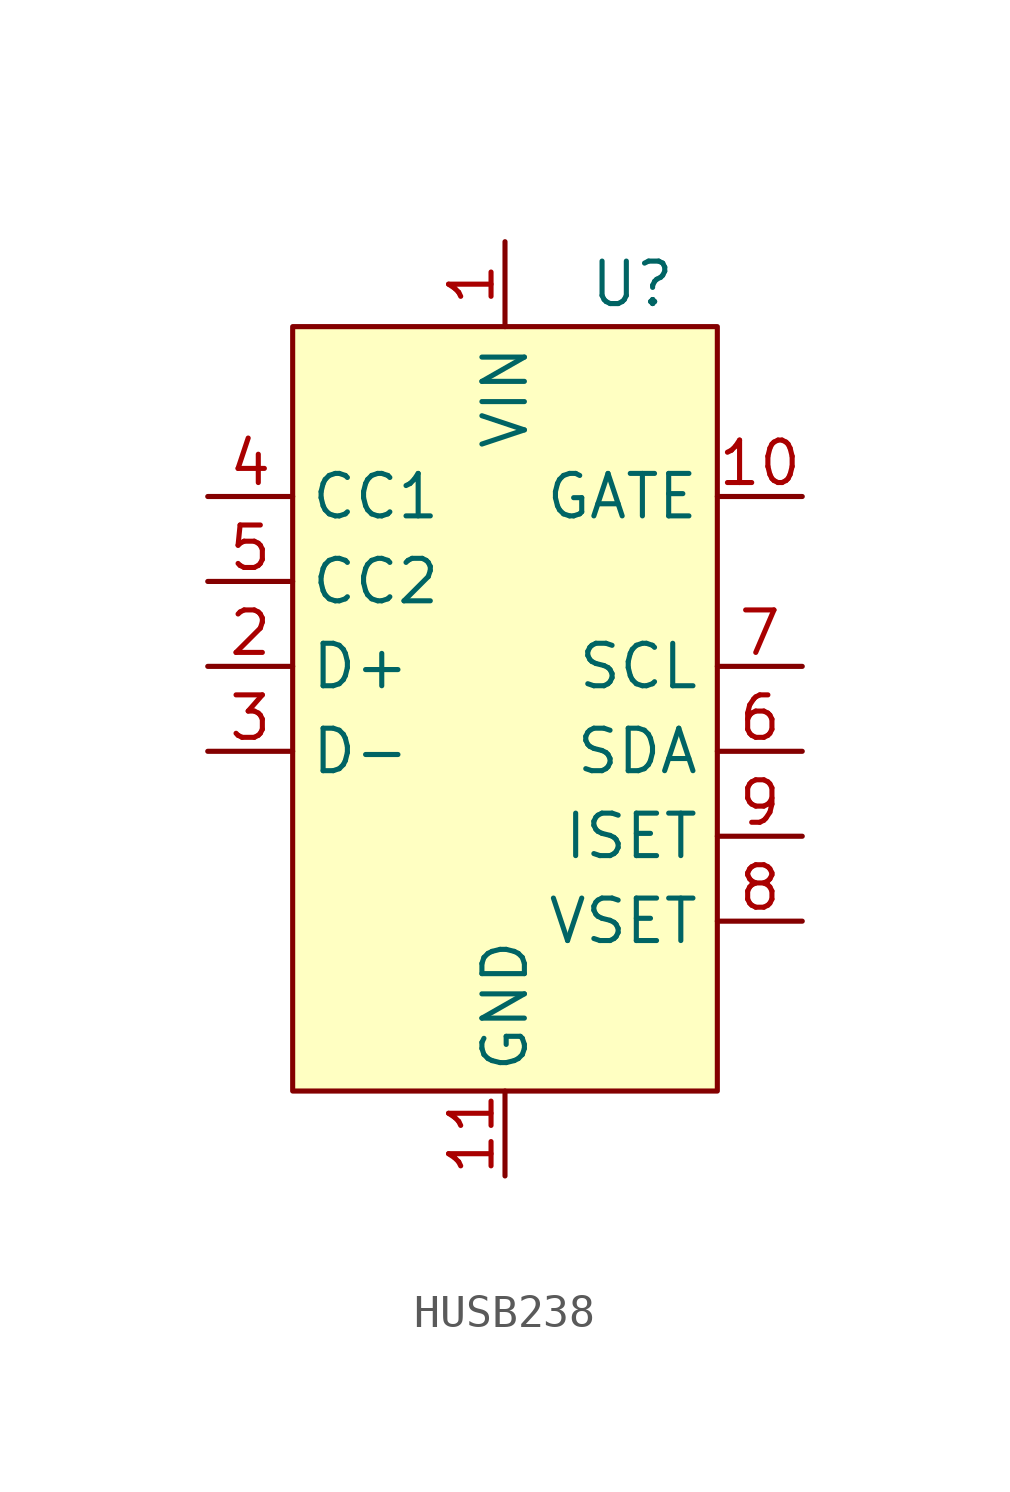
<source format=kicad_sym>
(kicad_symbol_lib
  (version 20231120)
  (generator "kicad_symbol_editor")
  (generator_version "8.0")
  (symbol "HUSB238"
    (property "Reference" "U"
      (at 3.81 10.16 0)
      (effects (font (size 1.27 1.27))))
    (property "Value" ""
      (at 0 -3.81 0)
      (effects (font (size 1.27 1.27))))
    (symbol "HUSB238_1_1"
      (rectangle (start -6.35 8.89) (end 6.35 -13.97) (stroke (width 0) (type default)) (fill (type background)))
      (pin input line (at 0 11.43 270) (length 2.54) (name "VIN" (effects (font (size 1.27 1.27)))) (number "1" (effects (font (size 1.27 1.27)))))
      (pin input line (at 8.89 3.81 180) (length 2.54) (name "GATE" (effects (font (size 1.27 1.27)))) (number "10" (effects (font (size 1.27 1.27)))))
      (pin input line (at 0 -16.51 90) (length 2.54) (name "GND" (effects (font (size 1.27 1.27)))) (number "11" (effects (font (size 1.27 1.27)))))
      (pin input line (at -8.89 -1.27 0) (length 2.54) (name "D+" (effects (font (size 1.27 1.27)))) (number "2" (effects (font (size 1.27 1.27)))))
      (pin input line (at -8.89 -3.81 0) (length 2.54) (name "D-" (effects (font (size 1.27 1.27)))) (number "3" (effects (font (size 1.27 1.27)))))
      (pin input line (at -8.89 3.81 0) (length 2.54) (name "CC1" (effects (font (size 1.27 1.27)))) (number "4" (effects (font (size 1.27 1.27)))))
      (pin input line (at -8.89 1.27 0) (length 2.54) (name "CC2" (effects (font (size 1.27 1.27)))) (number "5" (effects (font (size 1.27 1.27)))))
      (pin input line (at 8.89 -3.81 180) (length 2.54) (name "SDA" (effects (font (size 1.27 1.27)))) (number "6" (effects (font (size 1.27 1.27)))))
      (pin input line (at 8.89 -1.27 180) (length 2.54) (name "SCL" (effects (font (size 1.27 1.27)))) (number "7" (effects (font (size 1.27 1.27)))))
      (pin input line (at 8.89 -8.89 180) (length 2.54) (name "VSET" (effects (font (size 1.27 1.27)))) (number "8" (effects (font (size 1.27 1.27)))))
      (pin input line (at 8.89 -6.35 180) (length 2.54) (name "ISET" (effects (font (size 1.27 1.27)))) (number "9" (effects (font (size 1.27 1.27))))))))
</source>
